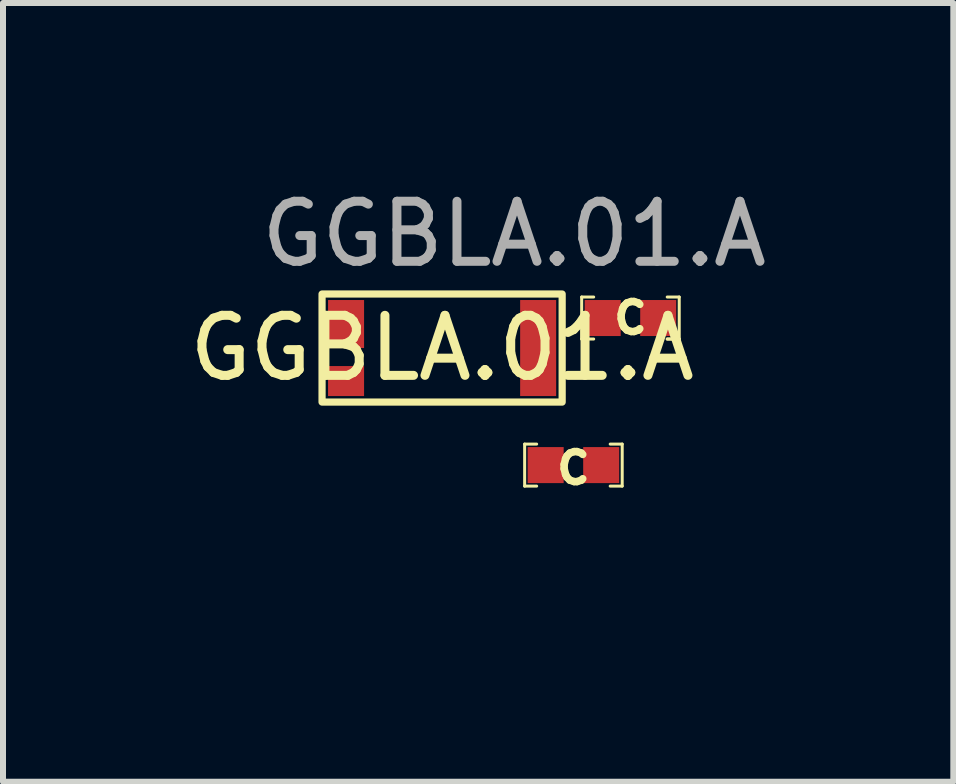
<source format=kicad_pcb>
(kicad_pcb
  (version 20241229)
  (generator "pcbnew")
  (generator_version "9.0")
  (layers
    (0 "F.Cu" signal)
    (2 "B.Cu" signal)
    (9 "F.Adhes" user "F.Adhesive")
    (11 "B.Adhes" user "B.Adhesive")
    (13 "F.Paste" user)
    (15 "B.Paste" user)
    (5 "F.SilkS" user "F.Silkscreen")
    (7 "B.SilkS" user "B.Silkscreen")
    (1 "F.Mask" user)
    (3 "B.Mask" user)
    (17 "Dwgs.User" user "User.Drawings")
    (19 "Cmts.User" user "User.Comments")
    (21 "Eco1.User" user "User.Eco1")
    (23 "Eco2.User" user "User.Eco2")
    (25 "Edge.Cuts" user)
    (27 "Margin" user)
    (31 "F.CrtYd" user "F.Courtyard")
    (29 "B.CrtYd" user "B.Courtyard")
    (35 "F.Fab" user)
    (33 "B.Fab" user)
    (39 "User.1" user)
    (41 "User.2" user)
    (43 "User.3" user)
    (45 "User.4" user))
  (footprint "GGBLA.01.A"
    (layer "F.Cu")
    (at 4.315 2.748)
    (property "Reference" "GGBLA.01.A" (at 0 0 0) (unlocked yes) (layer "F.SilkS") (effects (font (size 1 1) (thickness 0.15))))
    (attr smd)
    (fp_line (start 1.375 1.6) (end 1.375 2.3) (stroke (width 0.05) (type default)) (layer "F.SilkS"))
    (fp_line (start 1.375 2.3) (end 1.575 2.3) (stroke (width 0.05) (type default)) (layer "F.SilkS"))
    (fp_line (start 1.575 1.6) (end 1.375 1.6) (stroke (width 0.05) (type default)) (layer "F.SilkS"))
    (fp_line (start 2.325 -0.85) (end 2.525 -0.85) (stroke (width 0.05) (type default)) (layer "F.SilkS"))
    (fp_line (start 2.325 -0.15) (end 2.325 -0.85) (stroke (width 0.05) (type default)) (layer "F.SilkS"))
    (fp_line (start 2.325 -0.15) (end 2.525 -0.15) (stroke (width 0.05) (type default)) (layer "F.SilkS"))
    (fp_line (start 3 1.6) (end 2.8 1.6) (stroke (width 0.05) (type default)) (layer "F.SilkS"))
    (fp_line (start 3 2.3) (end 2.8 2.3) (stroke (width 0.05) (type default)) (layer "F.SilkS"))
    (fp_line (start 3 2.3) (end 3 1.6) (stroke (width 0.05) (type default)) (layer "F.SilkS"))
    (fp_line (start 3.75 -0.15) (end 3.95 -0.15) (stroke (width 0.05) (type default)) (layer "F.SilkS"))
    (fp_line (start 3.95 -0.85) (end 3.75 -0.85) (stroke (width 0.05) (type default)) (layer "F.SilkS"))
    (fp_line (start 3.95 -0.15) (end 3.75 -0.15) (stroke (width 0.05) (type default)) (layer "F.SilkS"))
    (fp_line (start 3.95 -0.15) (end 3.95 -0.85) (stroke (width 0.05) (type default)) (layer "F.SilkS"))
    (fp_rect (start -2 -0.9) (end 2 0.9) (stroke (width 0.12) (type default)) (fill no) (layer "F.SilkS"))
    (fp_text user "C" (at 2.188 2 0) (unlocked yes) (layer "F.SilkS") (effects (font (size 0.5 0.5) (thickness 0.125))))
    (fp_text user "C" (at 3.138 -0.5 0) (unlocked yes) (layer "F.SilkS") (effects (font (size 0.5 0.5) (thickness 0.125))))
    (fp_text user "${REFERENCE}" (at 1.2 -1.9 0) (unlocked yes) (layer "F.Fab") (effects (font (size 1 1) (thickness 0.15))))
    (pad "1" smd rect (at -1.6 -0.4) (size 0.6 0.8) (layers "F.Cu" "F.Mask" "F.Paste"))
    (pad "2" smd rect (at -1.6 0.55) (size 0.6 0.5) (layers "F.Cu" "F.Mask" "F.Paste"))
    (pad "3" smd rect (at 1.6 0) (size 0.6 1.6) (layers "F.Cu" "F.Mask" "F.Paste"))
    (pad "4" smd rect (at 1.725 1.95) (size 0.6 0.6) (layers "F.Cu" "F.Mask" "F.Paste"))
    (pad "5" smd rect (at 2.65 1.95) (size 0.6 0.6) (layers "F.Cu" "F.Mask" "F.Paste"))
    (pad "6" smd rect (at 2.675 -0.5) (size 0.6 0.6) (layers "F.Cu" "F.Mask" "F.Paste"))
    (pad "7" smd rect (at 3.6 -0.5) (size 0.6 0.6) (layers "F.Cu" "F.Mask" "F.Paste"))
    (zone (net_name "") (layers "F.Cu" "B.Cu") (hatch edge 0.508) (connect_pads) (min_thickness 0.254) (filled_areas_thickness no) (keepout (tracks allowed) (vias not_allowed) (pads allowed) (copperpour not_allowed) (footprints not_allowed)) (placement (enabled no)) (fill) (polygon (pts (xy 7.615 6.973) (xy 1.815 6.973) (xy 1.815 1.848) (xy 7.615 1.848)))))
  (gr_rect
    (start -3 -3)
    (end 12.831 9.973)
    (stroke (width 0.1) (type default))
    (fill no)
    (layer "Edge.Cuts")))
</source>
